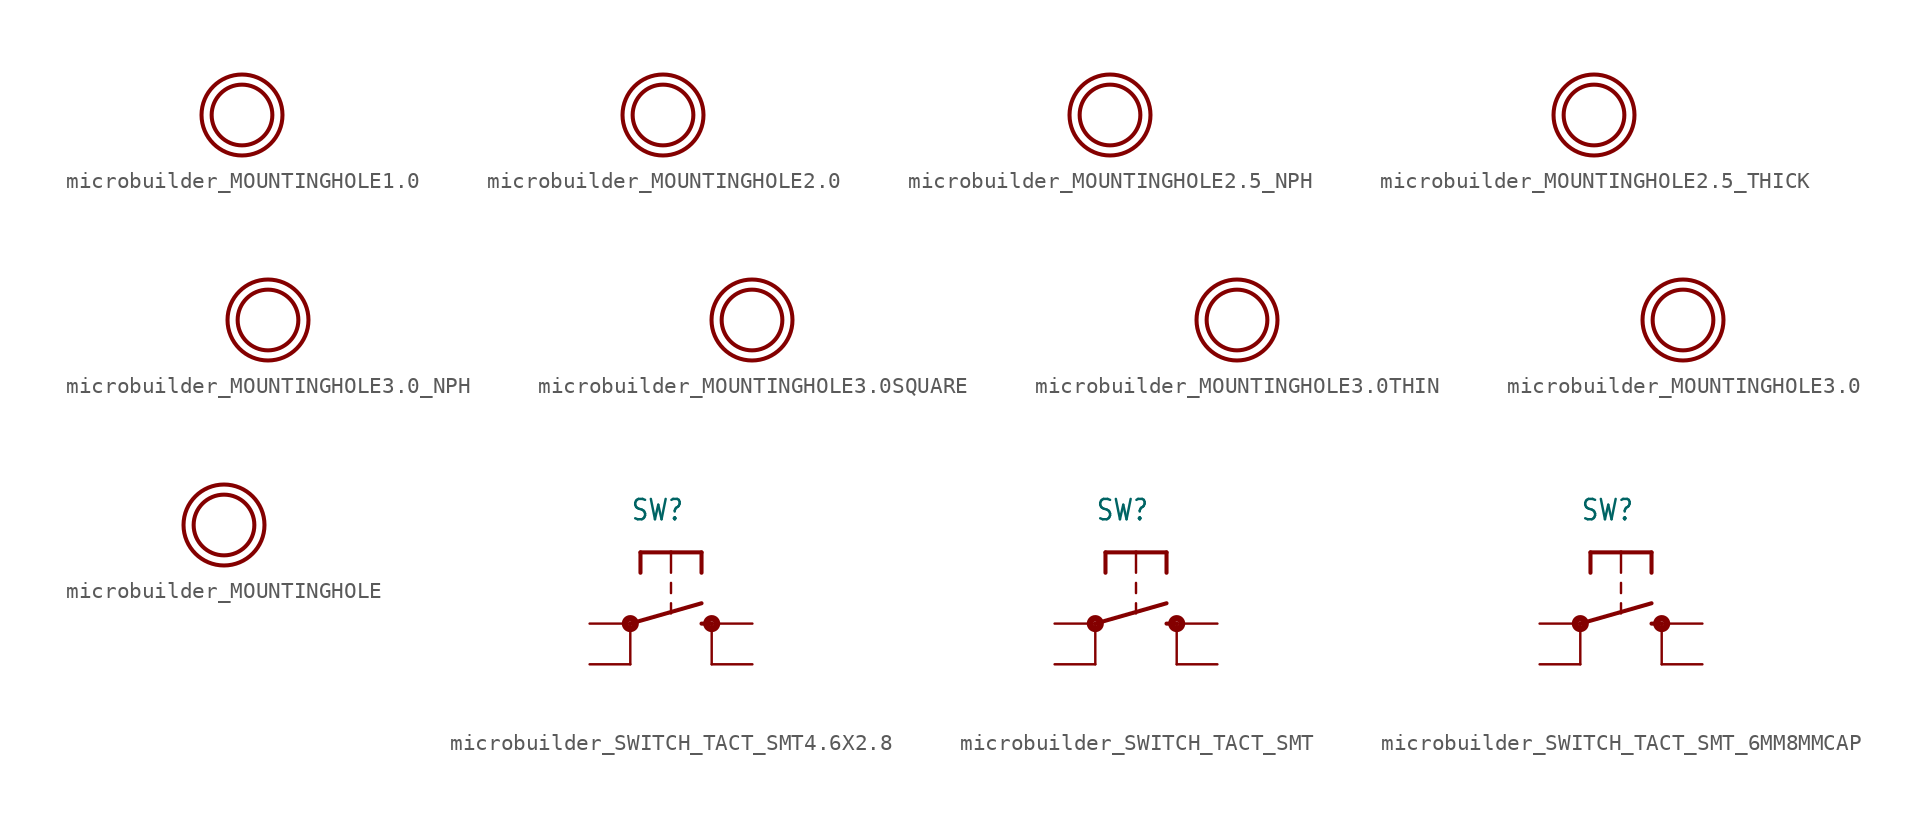
<source format=kicad_sym>
(kicad_symbol_lib
  (version 20231120)
  (generator "kicad_symbol_editor")
  (generator_version "8.0")
  (symbol "microbuilder_MOUNTINGHOLE1.0"
    (property "Reference" ""
      (at 0 0 0)
      (effects (font (size 1.27 1.27)) (hide yes)))
    (property "ki_locked" ""
      (at 0 0 0)
      (effects (font (size 1.27 1.27))))
    (symbol "microbuilder_MOUNTINGHOLE1.0_1_0"
      (circle (center 0 0) (radius 1.905) (stroke (width 0.254) (type solid)) (fill (type none)))
      (circle (center 0 0) (radius 2.54) (stroke (width 0.254) (type solid)) (fill (type none)))))
  (symbol "microbuilder_MOUNTINGHOLE2.0"
    (property "Reference" ""
      (at 0 0 0)
      (effects (font (size 1.27 1.27)) (hide yes)))
    (property "ki_locked" ""
      (at 0 0 0)
      (effects (font (size 1.27 1.27))))
    (symbol "microbuilder_MOUNTINGHOLE2.0_1_0"
      (circle (center 0 0) (radius 1.905) (stroke (width 0.254) (type solid)) (fill (type none)))
      (circle (center 0 0) (radius 2.54) (stroke (width 0.254) (type solid)) (fill (type none)))))
  (symbol "microbuilder_MOUNTINGHOLE2.5_NPH"
    (property "Reference" ""
      (at 0 0 0)
      (effects (font (size 1.27 1.27)) (hide yes)))
    (property "ki_locked" ""
      (at 0 0 0)
      (effects (font (size 1.27 1.27))))
    (symbol "microbuilder_MOUNTINGHOLE2.5_NPH_1_0"
      (circle (center 0 0) (radius 1.905) (stroke (width 0.254) (type solid)) (fill (type none)))
      (circle (center 0 0) (radius 2.54) (stroke (width 0.254) (type solid)) (fill (type none)))))
  (symbol "microbuilder_MOUNTINGHOLE2.5_THICK"
    (property "Reference" ""
      (at 0 0 0)
      (effects (font (size 1.27 1.27)) (hide yes)))
    (property "ki_locked" ""
      (at 0 0 0)
      (effects (font (size 1.27 1.27))))
    (symbol "microbuilder_MOUNTINGHOLE2.5_THICK_1_0"
      (circle (center 0 0) (radius 1.905) (stroke (width 0.254) (type solid)) (fill (type none)))
      (circle (center 0 0) (radius 2.54) (stroke (width 0.254) (type solid)) (fill (type none)))))
  (symbol "microbuilder_MOUNTINGHOLE3.0_NPH"
    (property "Reference" ""
      (at 0 0 0)
      (effects (font (size 1.27 1.27)) (hide yes)))
    (property "ki_locked" ""
      (at 0 0 0)
      (effects (font (size 1.27 1.27))))
    (symbol "microbuilder_MOUNTINGHOLE3.0_NPH_1_0"
      (circle (center 0 0) (radius 1.905) (stroke (width 0.254) (type solid)) (fill (type none)))
      (circle (center 0 0) (radius 2.54) (stroke (width 0.254) (type solid)) (fill (type none)))))
  (symbol "microbuilder_MOUNTINGHOLE3.0SQUARE"
    (property "Reference" ""
      (at 0 0 0)
      (effects (font (size 1.27 1.27)) (hide yes)))
    (property "ki_locked" ""
      (at 0 0 0)
      (effects (font (size 1.27 1.27))))
    (symbol "microbuilder_MOUNTINGHOLE3.0SQUARE_1_0"
      (circle (center 0 0) (radius 1.905) (stroke (width 0.254) (type solid)) (fill (type none)))
      (circle (center 0 0) (radius 2.54) (stroke (width 0.254) (type solid)) (fill (type none)))))
  (symbol "microbuilder_MOUNTINGHOLE3.0THIN"
    (property "Reference" ""
      (at 0 0 0)
      (effects (font (size 1.27 1.27)) (hide yes)))
    (property "ki_locked" ""
      (at 0 0 0)
      (effects (font (size 1.27 1.27))))
    (symbol "microbuilder_MOUNTINGHOLE3.0THIN_1_0"
      (circle (center 0 0) (radius 1.905) (stroke (width 0.254) (type solid)) (fill (type none)))
      (circle (center 0 0) (radius 2.54) (stroke (width 0.254) (type solid)) (fill (type none)))))
  (symbol "microbuilder_MOUNTINGHOLE3.0"
    (property "Reference" ""
      (at 0 0 0)
      (effects (font (size 1.27 1.27)) (hide yes)))
    (property "ki_locked" ""
      (at 0 0 0)
      (effects (font (size 1.27 1.27))))
    (symbol "microbuilder_MOUNTINGHOLE3.0_1_0"
      (circle (center 0 0) (radius 1.905) (stroke (width 0.254) (type solid)) (fill (type none)))
      (circle (center 0 0) (radius 2.54) (stroke (width 0.254) (type solid)) (fill (type none)))))
  (symbol "microbuilder_MOUNTINGHOLE"
    (property "Reference" ""
      (at 0 0 0)
      (effects (font (size 1.27 1.27)) (hide yes)))
    (property "ki_locked" ""
      (at 0 0 0)
      (effects (font (size 1.27 1.27))))
    (symbol "microbuilder_MOUNTINGHOLE_1_0"
      (circle (center 0 0) (radius 1.905) (stroke (width 0.254) (type solid)) (fill (type none)))
      (circle (center 0 0) (radius 2.54) (stroke (width 0.254) (type solid)) (fill (type none)))))
  (symbol "microbuilder_SWITCH_TACT_SMT4.6X2.8"
    (property "Reference" "SW"
      (at -2.54 6.35 0)
      (effects (font (size 1.27 1.079)) (justify left bottom)))
    (property "Value" ""
      (at -2.54 -5.08 0)
      (effects (font (size 1.27 1.079)) (justify left bottom)))
    (property "ki_locked" ""
      (at 0 0 0)
      (effects (font (size 1.27 1.27))))
    (symbol "microbuilder_SWITCH_TACT_SMT4.6X2.8_1_0"
      (circle (center -2.54 0) (radius 0.127) (stroke (width 0.406) (type solid)) (fill (type none)))
      (polyline (pts (xy -2.54 -2.54) (xy -2.54 0)) (stroke (width 0.152) (type solid)) (fill (type none)))
      (polyline (pts (xy -2.54 0) (xy 1.905 1.27)) (stroke (width 0.254) (type solid)) (fill (type none)))
      (polyline (pts (xy -1.905 4.445) (xy -1.905 3.175)) (stroke (width 0.254) (type solid)) (fill (type none)))
      (polyline (pts (xy 0 1.27) (xy 0 0.635)) (stroke (width 0.152) (type solid)) (fill (type none)))
      (polyline (pts (xy 0 2.54) (xy 0 1.905)) (stroke (width 0.152) (type solid)) (fill (type none)))
      (polyline (pts (xy 0 4.445) (xy -1.905 4.445)) (stroke (width 0.254) (type solid)) (fill (type none)))
      (polyline (pts (xy 0 4.445) (xy 0 3.175)) (stroke (width 0.152) (type solid)) (fill (type none)))
      (polyline (pts (xy 1.905 0) (xy 2.54 0)) (stroke (width 0.254) (type solid)) (fill (type none)))
      (polyline (pts (xy 1.905 4.445) (xy 0 4.445)) (stroke (width 0.254) (type solid)) (fill (type none)))
      (polyline (pts (xy 1.905 4.445) (xy 1.905 3.175)) (stroke (width 0.254) (type solid)) (fill (type none)))
      (polyline (pts (xy 2.54 -2.54) (xy 2.54 0)) (stroke (width 0.152) (type solid)) (fill (type none)))
      (circle (center 2.54 0) (radius 0.127) (stroke (width 0.406) (type solid)) (fill (type none)))
      (pin passive line (at -5.08 0 0) (length 2.54) (name "P" (effects (font (size 0 0)))) (number "A" (effects (font (size 0 0)))))
      (pin passive line (at -5.08 -2.54 0) (length 2.54) (name "P1" (effects (font (size 0 0)))) (number "A'" (effects (font (size 0 0)))))
      (pin passive line (at 5.08 0 180) (length 2.54) (name "S" (effects (font (size 0 0)))) (number "B" (effects (font (size 0 0)))))
      (pin passive line (at 5.08 -2.54 180) (length 2.54) (name "S1" (effects (font (size 0 0)))) (number "B'" (effects (font (size 0 0)))))))
  (symbol "microbuilder_SWITCH_TACT_SMT"
    (property "Reference" "SW"
      (at -2.54 6.35 0)
      (effects (font (size 1.27 1.079)) (justify left bottom)))
    (property "Value" ""
      (at -2.54 -5.08 0)
      (effects (font (size 1.27 1.079)) (justify left bottom)))
    (property "ki_locked" ""
      (at 0 0 0)
      (effects (font (size 1.27 1.27))))
    (symbol "microbuilder_SWITCH_TACT_SMT_1_0"
      (circle (center -2.54 0) (radius 0.127) (stroke (width 0.406) (type solid)) (fill (type none)))
      (polyline (pts (xy -2.54 -2.54) (xy -2.54 0)) (stroke (width 0.152) (type solid)) (fill (type none)))
      (polyline (pts (xy -2.54 0) (xy 1.905 1.27)) (stroke (width 0.254) (type solid)) (fill (type none)))
      (polyline (pts (xy -1.905 4.445) (xy -1.905 3.175)) (stroke (width 0.254) (type solid)) (fill (type none)))
      (polyline (pts (xy 0 1.27) (xy 0 0.635)) (stroke (width 0.152) (type solid)) (fill (type none)))
      (polyline (pts (xy 0 2.54) (xy 0 1.905)) (stroke (width 0.152) (type solid)) (fill (type none)))
      (polyline (pts (xy 0 4.445) (xy -1.905 4.445)) (stroke (width 0.254) (type solid)) (fill (type none)))
      (polyline (pts (xy 0 4.445) (xy 0 3.175)) (stroke (width 0.152) (type solid)) (fill (type none)))
      (polyline (pts (xy 1.905 0) (xy 2.54 0)) (stroke (width 0.254) (type solid)) (fill (type none)))
      (polyline (pts (xy 1.905 4.445) (xy 0 4.445)) (stroke (width 0.254) (type solid)) (fill (type none)))
      (polyline (pts (xy 1.905 4.445) (xy 1.905 3.175)) (stroke (width 0.254) (type solid)) (fill (type none)))
      (polyline (pts (xy 2.54 -2.54) (xy 2.54 0)) (stroke (width 0.152) (type solid)) (fill (type none)))
      (circle (center 2.54 0) (radius 0.127) (stroke (width 0.406) (type solid)) (fill (type none)))
      (pin passive line (at -5.08 0 0) (length 2.54) (name "P" (effects (font (size 0 0)))) (number "A" (effects (font (size 0 0)))))
      (pin passive line (at -5.08 -2.54 0) (length 2.54) (name "P1" (effects (font (size 0 0)))) (number "A'" (effects (font (size 0 0)))))
      (pin passive line (at 5.08 0 180) (length 2.54) (name "S" (effects (font (size 0 0)))) (number "B" (effects (font (size 0 0)))))
      (pin passive line (at 5.08 -2.54 180) (length 2.54) (name "S1" (effects (font (size 0 0)))) (number "B'" (effects (font (size 0 0)))))))
  (symbol "microbuilder_SWITCH_TACT_SMT_6MM8MMCAP"
    (property "Reference" "SW"
      (at -2.54 6.35 0)
      (effects (font (size 1.27 1.079)) (justify left bottom)))
    (property "Value" ""
      (at -2.54 -5.08 0)
      (effects (font (size 1.27 1.079)) (justify left bottom)))
    (property "ki_locked" ""
      (at 0 0 0)
      (effects (font (size 1.27 1.27))))
    (symbol "microbuilder_SWITCH_TACT_SMT_6MM8MMCAP_1_0"
      (circle (center -2.54 0) (radius 0.127) (stroke (width 0.406) (type solid)) (fill (type none)))
      (polyline (pts (xy -2.54 -2.54) (xy -2.54 0)) (stroke (width 0.152) (type solid)) (fill (type none)))
      (polyline (pts (xy -2.54 0) (xy 1.905 1.27)) (stroke (width 0.254) (type solid)) (fill (type none)))
      (polyline (pts (xy -1.905 4.445) (xy -1.905 3.175)) (stroke (width 0.254) (type solid)) (fill (type none)))
      (polyline (pts (xy 0 1.27) (xy 0 0.635)) (stroke (width 0.152) (type solid)) (fill (type none)))
      (polyline (pts (xy 0 2.54) (xy 0 1.905)) (stroke (width 0.152) (type solid)) (fill (type none)))
      (polyline (pts (xy 0 4.445) (xy -1.905 4.445)) (stroke (width 0.254) (type solid)) (fill (type none)))
      (polyline (pts (xy 0 4.445) (xy 0 3.175)) (stroke (width 0.152) (type solid)) (fill (type none)))
      (polyline (pts (xy 1.905 0) (xy 2.54 0)) (stroke (width 0.254) (type solid)) (fill (type none)))
      (polyline (pts (xy 1.905 4.445) (xy 0 4.445)) (stroke (width 0.254) (type solid)) (fill (type none)))
      (polyline (pts (xy 1.905 4.445) (xy 1.905 3.175)) (stroke (width 0.254) (type solid)) (fill (type none)))
      (polyline (pts (xy 2.54 -2.54) (xy 2.54 0)) (stroke (width 0.152) (type solid)) (fill (type none)))
      (circle (center 2.54 0) (radius 0.127) (stroke (width 0.406) (type solid)) (fill (type none)))
      (pin passive line (at -5.08 0 0) (length 2.54) (name "P" (effects (font (size 0 0)))) (number "A" (effects (font (size 0 0)))))
      (pin passive line (at -5.08 -2.54 0) (length 2.54) (name "P1" (effects (font (size 0 0)))) (number "A'" (effects (font (size 0 0)))))
      (pin passive line (at 5.08 0 180) (length 2.54) (name "S" (effects (font (size 0 0)))) (number "B" (effects (font (size 0 0)))))
      (pin passive line (at 5.08 -2.54 180) (length 2.54) (name "S1" (effects (font (size 0 0)))) (number "B'" (effects (font (size 0 0))))))))
</source>
